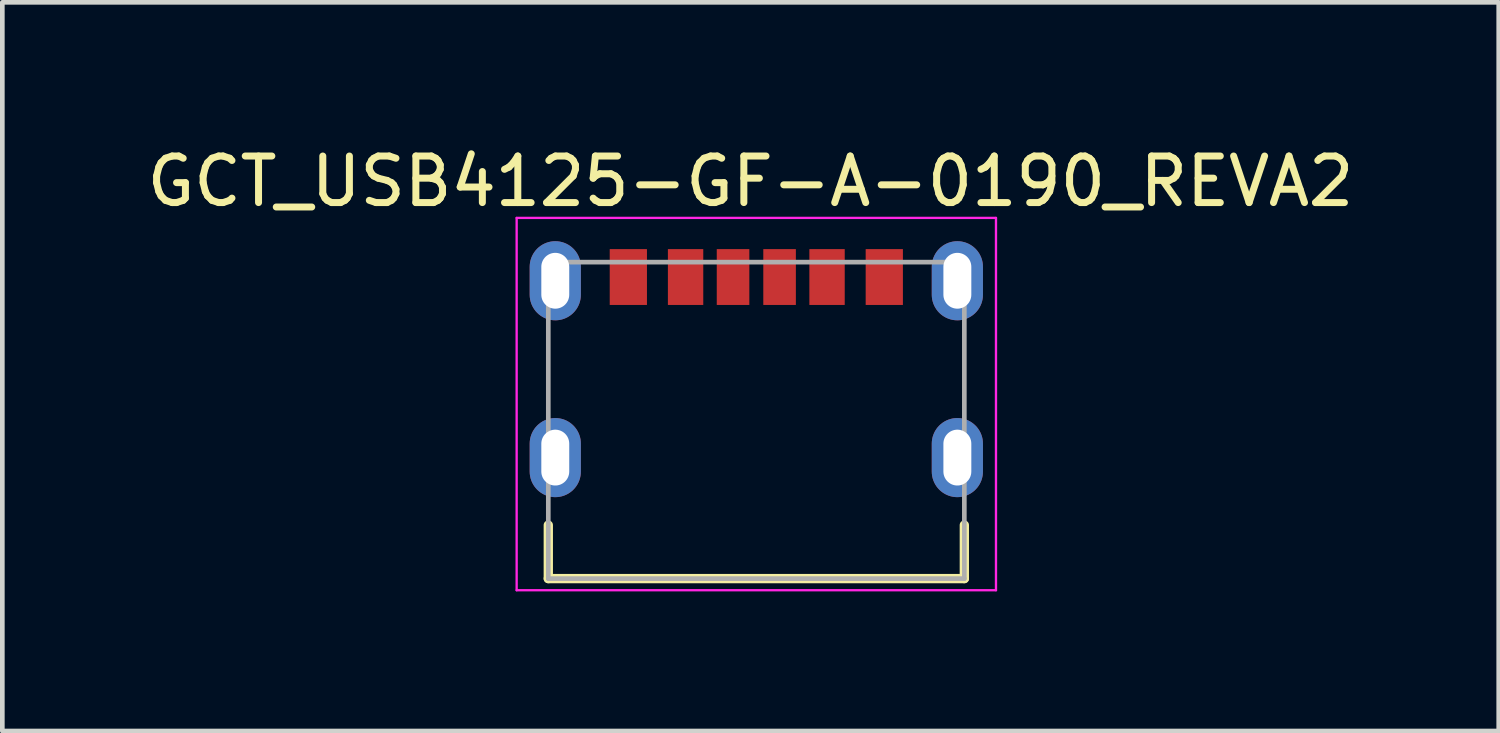
<source format=kicad_pcb>
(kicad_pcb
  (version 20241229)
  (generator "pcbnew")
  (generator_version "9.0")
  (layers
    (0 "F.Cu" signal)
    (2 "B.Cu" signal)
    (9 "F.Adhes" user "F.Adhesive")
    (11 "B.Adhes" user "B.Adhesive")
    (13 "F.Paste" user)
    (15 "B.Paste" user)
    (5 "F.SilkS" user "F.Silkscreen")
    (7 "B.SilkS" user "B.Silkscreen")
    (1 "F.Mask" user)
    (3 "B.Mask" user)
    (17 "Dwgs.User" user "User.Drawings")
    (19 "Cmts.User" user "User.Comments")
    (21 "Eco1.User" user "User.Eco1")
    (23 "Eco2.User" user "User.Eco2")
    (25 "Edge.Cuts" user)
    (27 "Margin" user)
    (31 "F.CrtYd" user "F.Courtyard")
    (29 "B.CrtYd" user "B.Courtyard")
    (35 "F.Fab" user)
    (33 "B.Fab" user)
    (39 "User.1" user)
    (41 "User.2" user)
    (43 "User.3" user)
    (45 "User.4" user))
  (footprint "GCT_USB4125-GF-A-0190_REVA2"
    (layer "F.Cu")
    (at 13.202 5.983)
    (property "Reference" "GCT_USB4125-GF-A-0190_REVA2" (at -0.125 -5.135 0) (layer "F.SilkS") (effects (font (size 1 1) (thickness 0.15))))
    (attr smd)
    (fp_line (start -4.47 2.25) (end -4.47 3.4) (stroke (width 0.2) (type solid)) (layer "F.SilkS"))
    (fp_line (start -4.47 3.4) (end 4.47 3.4) (stroke (width 0.2) (type solid)) (layer "F.SilkS"))
    (fp_line (start 4.47 3.4) (end 4.47 2.25) (stroke (width 0.2) (type solid)) (layer "F.SilkS"))
    (fp_line (start -5.15 -4.35) (end 5.15 -4.35) (stroke (width 0.05) (type solid)) (layer "F.CrtYd"))
    (fp_line (start -5.15 3.65) (end -5.15 -4.35) (stroke (width 0.05) (type solid)) (layer "F.CrtYd"))
    (fp_line (start 5.15 -4.35) (end 5.15 3.65) (stroke (width 0.05) (type solid)) (layer "F.CrtYd"))
    (fp_line (start 5.15 3.65) (end -5.15 3.65) (stroke (width 0.05) (type solid)) (layer "F.CrtYd"))
    (fp_line (start -4.47 -3.4) (end 4.47 -3.4) (stroke (width 0.1) (type solid)) (layer "F.Fab"))
    (fp_line (start -4.47 3.4) (end -4.47 -3.4) (stroke (width 0.1) (type solid)) (layer "F.Fab"))
    (fp_line (start 4.47 -3.4) (end 4.47 3.4) (stroke (width 0.1) (type solid)) (layer "F.Fab"))
    (fp_line (start 4.47 3.4) (end -4.47 3.4) (stroke (width 0.1) (type solid)) (layer "F.Fab"))
    (pad "A5" smd rect (at -0.5 -3.08) (size 0.7 1.2) (layers "F.Cu" "F.Mask" "F.Paste"))
    (pad "A9" smd rect (at 1.52 -3.08) (size 0.76 1.2) (layers "F.Cu" "F.Mask" "F.Paste"))
    (pad "A12" smd rect (at 2.75 -3.08) (size 0.8 1.2) (layers "F.Cu" "F.Mask" "F.Paste"))
    (pad "B5" smd rect (at 0.5 -3.08) (size 0.7 1.2) (layers "F.Cu" "F.Mask" "F.Paste"))
    (pad "B9" smd rect (at -1.52 -3.08) (size 0.76 1.2) (layers "F.Cu" "F.Mask" "F.Paste"))
    (pad "B12" smd rect (at -2.75 -3.08) (size 0.8 1.2) (layers "F.Cu" "F.Mask" "F.Paste"))
    (pad "S1" thru_hole oval (at -4.32 -3) (size 1.1 1.7) (drill oval 0.6 1.2) (layers "*.Cu" "*.Mask"))
    (pad "S1" thru_hole oval (at -4.32 0.8) (size 1.1 1.7) (drill oval 0.6 1.2) (layers "*.Cu" "*.Mask"))
    (pad "S1" thru_hole oval (at 4.32 -3) (size 1.1 1.7) (drill oval 0.6 1.2) (layers "*.Cu" "*.Mask"))
    (pad "S1" thru_hole oval (at 4.32 0.8) (size 1.1 1.7) (drill oval 0.6 1.2) (layers "*.Cu" "*.Mask")))
  (gr_rect
    (start -3 -3)
    (end 29.155 12.658)
    (stroke (width 0.1) (type default))
    (fill no)
    (layer "Edge.Cuts")))
</source>
